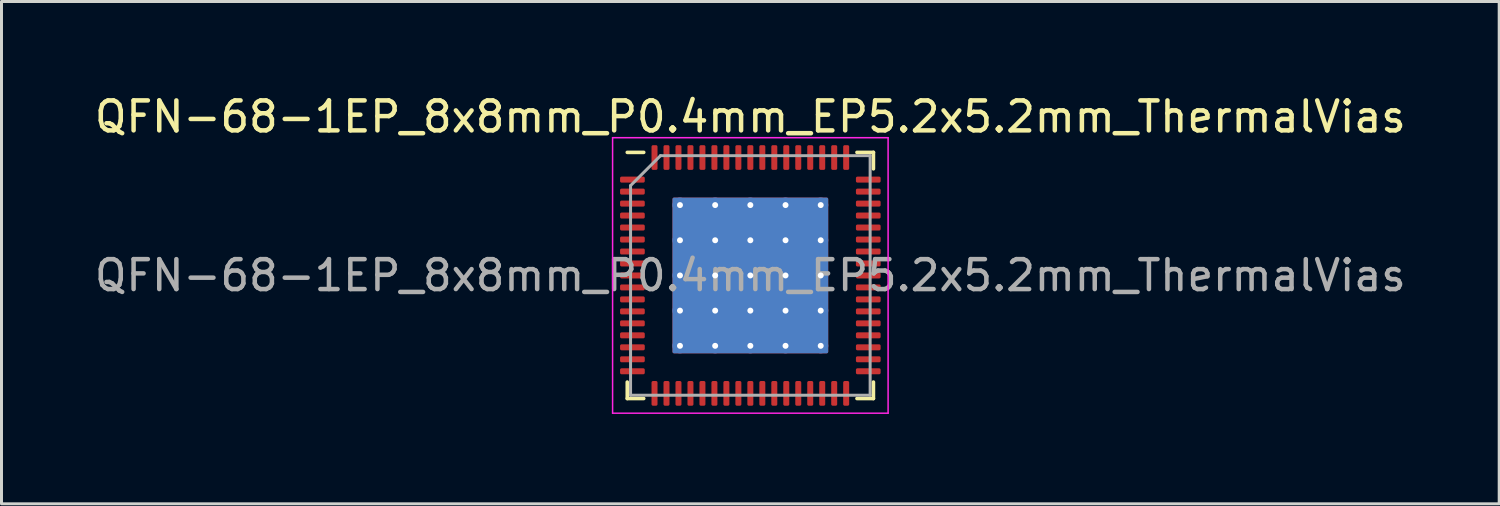
<source format=kicad_pcb>
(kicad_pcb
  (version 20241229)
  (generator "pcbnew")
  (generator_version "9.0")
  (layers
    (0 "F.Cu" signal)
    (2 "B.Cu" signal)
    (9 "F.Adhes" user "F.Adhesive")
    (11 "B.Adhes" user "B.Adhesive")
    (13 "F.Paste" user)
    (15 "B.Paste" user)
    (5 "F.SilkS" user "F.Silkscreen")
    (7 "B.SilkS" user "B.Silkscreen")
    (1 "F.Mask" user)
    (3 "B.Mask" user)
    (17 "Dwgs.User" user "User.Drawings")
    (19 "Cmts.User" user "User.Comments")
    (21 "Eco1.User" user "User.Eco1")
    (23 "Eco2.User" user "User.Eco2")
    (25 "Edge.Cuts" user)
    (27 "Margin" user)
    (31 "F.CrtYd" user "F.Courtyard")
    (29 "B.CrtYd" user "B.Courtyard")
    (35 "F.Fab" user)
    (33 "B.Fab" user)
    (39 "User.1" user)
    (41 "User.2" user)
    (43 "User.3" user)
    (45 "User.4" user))
  (footprint "QFN-68-1EP_8x8mm_P0.4mm_EP5.2x5.2mm_ThermalVias"
    (layer "F.Cu")
    (at 22.006 6.148)
    (property "Reference" "QFN-68-1EP_8x8mm_P0.4mm_EP5.2x5.2mm_ThermalVias" (at 0 -5.3 0) (layer "F.SilkS") (effects (font (size 1 1) (thickness 0.15))))
    (attr smd)
    (fp_line (start -4.11 4.11) (end -4.11 3.56) (stroke (width 0.12) (type solid)) (layer "F.SilkS"))
    (fp_line (start -3.56 -4.11) (end -4.11 -4.11) (stroke (width 0.12) (type solid)) (layer "F.SilkS"))
    (fp_line (start -3.56 4.11) (end -4.11 4.11) (stroke (width 0.12) (type solid)) (layer "F.SilkS"))
    (fp_line (start 3.56 -4.11) (end 4.11 -4.11) (stroke (width 0.12) (type solid)) (layer "F.SilkS"))
    (fp_line (start 3.56 4.11) (end 4.11 4.11) (stroke (width 0.12) (type solid)) (layer "F.SilkS"))
    (fp_line (start 4.11 -4.11) (end 4.11 -3.56) (stroke (width 0.12) (type solid)) (layer "F.SilkS"))
    (fp_line (start 4.11 4.11) (end 4.11 3.56) (stroke (width 0.12) (type solid)) (layer "F.SilkS"))
    (fp_line (start -4.6 -4.6) (end -4.6 4.6) (stroke (width 0.05) (type solid)) (layer "F.CrtYd"))
    (fp_line (start -4.6 4.6) (end 4.6 4.6) (stroke (width 0.05) (type solid)) (layer "F.CrtYd"))
    (fp_line (start 4.6 -4.6) (end -4.6 -4.6) (stroke (width 0.05) (type solid)) (layer "F.CrtYd"))
    (fp_line (start 4.6 4.6) (end 4.6 -4.6) (stroke (width 0.05) (type solid)) (layer "F.CrtYd"))
    (fp_line (start -4 -3) (end -3 -4) (stroke (width 0.1) (type solid)) (layer "F.Fab"))
    (fp_line (start -4 4) (end -4 -3) (stroke (width 0.1) (type solid)) (layer "F.Fab"))
    (fp_line (start -3 -4) (end 4 -4) (stroke (width 0.1) (type solid)) (layer "F.Fab"))
    (fp_line (start 4 -4) (end 4 4) (stroke (width 0.1) (type solid)) (layer "F.Fab"))
    (fp_line (start 4 4) (end -4 4) (stroke (width 0.1) (type solid)) (layer "F.Fab"))
    (fp_text user "${REFERENCE}" (at 0 0 0) (layer "F.Fab") (effects (font (size 1 1) (thickness 0.15))))
    (pad "" smd roundrect (at -1.762 -1.762) (size 1.007 1.007) (layers "F.Paste") (roundrect_rratio 0.248))
    (pad "" smd roundrect (at -1.762 -0.588) (size 1.007 1.007) (layers "F.Paste") (roundrect_rratio 0.248))
    (pad "" smd roundrect (at -1.762 0.588) (size 1.007 1.007) (layers "F.Paste") (roundrect_rratio 0.248))
    (pad "" smd roundrect (at -1.762 1.762) (size 1.007 1.007) (layers "F.Paste") (roundrect_rratio 0.248))
    (pad "" smd roundrect (at -0.588 -1.762) (size 1.007 1.007) (layers "F.Paste") (roundrect_rratio 0.248))
    (pad "" smd roundrect (at -0.588 -0.588) (size 1.007 1.007) (layers "F.Paste") (roundrect_rratio 0.248))
    (pad "" smd roundrect (at -0.588 0.588) (size 1.007 1.007) (layers "F.Paste") (roundrect_rratio 0.248))
    (pad "" smd roundrect (at -0.588 1.762) (size 1.007 1.007) (layers "F.Paste") (roundrect_rratio 0.248))
    (pad "" smd roundrect (at 0.588 -1.762) (size 1.007 1.007) (layers "F.Paste") (roundrect_rratio 0.248))
    (pad "" smd roundrect (at 0.588 -0.588) (size 1.007 1.007) (layers "F.Paste") (roundrect_rratio 0.248))
    (pad "" smd roundrect (at 0.588 0.588) (size 1.007 1.007) (layers "F.Paste") (roundrect_rratio 0.248))
    (pad "" smd roundrect (at 0.588 1.762) (size 1.007 1.007) (layers "F.Paste") (roundrect_rratio 0.248))
    (pad "" smd roundrect (at 1.762 -1.762) (size 1.007 1.007) (layers "F.Paste") (roundrect_rratio 0.248))
    (pad "" smd roundrect (at 1.762 -0.588) (size 1.007 1.007) (layers "F.Paste") (roundrect_rratio 0.248))
    (pad "" smd roundrect (at 1.762 0.588) (size 1.007 1.007) (layers "F.Paste") (roundrect_rratio 0.248))
    (pad "" smd roundrect (at 1.762 1.762) (size 1.007 1.007) (layers "F.Paste") (roundrect_rratio 0.248))
    (pad "1" smd roundrect (at -3.938 -3.2) (size 0.825 0.2) (layers "F.Cu" "F.Mask" "F.Paste") (roundrect_rratio 0.25))
    (pad "2" smd roundrect (at -3.938 -2.8) (size 0.825 0.2) (layers "F.Cu" "F.Mask" "F.Paste") (roundrect_rratio 0.25))
    (pad "3" smd roundrect (at -3.938 -2.4) (size 0.825 0.2) (layers "F.Cu" "F.Mask" "F.Paste") (roundrect_rratio 0.25))
    (pad "4" smd roundrect (at -3.938 -2) (size 0.825 0.2) (layers "F.Cu" "F.Mask" "F.Paste") (roundrect_rratio 0.25))
    (pad "5" smd roundrect (at -3.938 -1.6) (size 0.825 0.2) (layers "F.Cu" "F.Mask" "F.Paste") (roundrect_rratio 0.25))
    (pad "6" smd roundrect (at -3.938 -1.2) (size 0.825 0.2) (layers "F.Cu" "F.Mask" "F.Paste") (roundrect_rratio 0.25))
    (pad "7" smd roundrect (at -3.938 -0.8) (size 0.825 0.2) (layers "F.Cu" "F.Mask" "F.Paste") (roundrect_rratio 0.25))
    (pad "8" smd roundrect (at -3.938 -0.4) (size 0.825 0.2) (layers "F.Cu" "F.Mask" "F.Paste") (roundrect_rratio 0.25))
    (pad "9" smd roundrect (at -3.938 0) (size 0.825 0.2) (layers "F.Cu" "F.Mask" "F.Paste") (roundrect_rratio 0.25))
    (pad "10" smd roundrect (at -3.938 0.4) (size 0.825 0.2) (layers "F.Cu" "F.Mask" "F.Paste") (roundrect_rratio 0.25))
    (pad "11" smd roundrect (at -3.938 0.8) (size 0.825 0.2) (layers "F.Cu" "F.Mask" "F.Paste") (roundrect_rratio 0.25))
    (pad "12" smd roundrect (at -3.938 1.2) (size 0.825 0.2) (layers "F.Cu" "F.Mask" "F.Paste") (roundrect_rratio 0.25))
    (pad "13" smd roundrect (at -3.938 1.6) (size 0.825 0.2) (layers "F.Cu" "F.Mask" "F.Paste") (roundrect_rratio 0.25))
    (pad "14" smd roundrect (at -3.938 2) (size 0.825 0.2) (layers "F.Cu" "F.Mask" "F.Paste") (roundrect_rratio 0.25))
    (pad "15" smd roundrect (at -3.938 2.4) (size 0.825 0.2) (layers "F.Cu" "F.Mask" "F.Paste") (roundrect_rratio 0.25))
    (pad "16" smd roundrect (at -3.938 2.8) (size 0.825 0.2) (layers "F.Cu" "F.Mask" "F.Paste") (roundrect_rratio 0.25))
    (pad "17" smd roundrect (at -3.938 3.2) (size 0.825 0.2) (layers "F.Cu" "F.Mask" "F.Paste") (roundrect_rratio 0.25))
    (pad "18" smd roundrect (at -3.2 3.938) (size 0.2 0.825) (layers "F.Cu" "F.Mask" "F.Paste") (roundrect_rratio 0.25))
    (pad "19" smd roundrect (at -2.8 3.938) (size 0.2 0.825) (layers "F.Cu" "F.Mask" "F.Paste") (roundrect_rratio 0.25))
    (pad "20" smd roundrect (at -2.4 3.938) (size 0.2 0.825) (layers "F.Cu" "F.Mask" "F.Paste") (roundrect_rratio 0.25))
    (pad "21" smd roundrect (at -2 3.938) (size 0.2 0.825) (layers "F.Cu" "F.Mask" "F.Paste") (roundrect_rratio 0.25))
    (pad "22" smd roundrect (at -1.6 3.938) (size 0.2 0.825) (layers "F.Cu" "F.Mask" "F.Paste") (roundrect_rratio 0.25))
    (pad "23" smd roundrect (at -1.2 3.938) (size 0.2 0.825) (layers "F.Cu" "F.Mask" "F.Paste") (roundrect_rratio 0.25))
    (pad "24" smd roundrect (at -0.8 3.938) (size 0.2 0.825) (layers "F.Cu" "F.Mask" "F.Paste") (roundrect_rratio 0.25))
    (pad "25" smd roundrect (at -0.4 3.938) (size 0.2 0.825) (layers "F.Cu" "F.Mask" "F.Paste") (roundrect_rratio 0.25))
    (pad "26" smd roundrect (at 0 3.938) (size 0.2 0.825) (layers "F.Cu" "F.Mask" "F.Paste") (roundrect_rratio 0.25))
    (pad "27" smd roundrect (at 0.4 3.938) (size 0.2 0.825) (layers "F.Cu" "F.Mask" "F.Paste") (roundrect_rratio 0.25))
    (pad "28" smd roundrect (at 0.8 3.938) (size 0.2 0.825) (layers "F.Cu" "F.Mask" "F.Paste") (roundrect_rratio 0.25))
    (pad "29" smd roundrect (at 1.2 3.938) (size 0.2 0.825) (layers "F.Cu" "F.Mask" "F.Paste") (roundrect_rratio 0.25))
    (pad "30" smd roundrect (at 1.6 3.938) (size 0.2 0.825) (layers "F.Cu" "F.Mask" "F.Paste") (roundrect_rratio 0.25))
    (pad "31" smd roundrect (at 2 3.938) (size 0.2 0.825) (layers "F.Cu" "F.Mask" "F.Paste") (roundrect_rratio 0.25))
    (pad "32" smd roundrect (at 2.4 3.938) (size 0.2 0.825) (layers "F.Cu" "F.Mask" "F.Paste") (roundrect_rratio 0.25))
    (pad "33" smd roundrect (at 2.8 3.938) (size 0.2 0.825) (layers "F.Cu" "F.Mask" "F.Paste") (roundrect_rratio 0.25))
    (pad "34" smd roundrect (at 3.2 3.938) (size 0.2 0.825) (layers "F.Cu" "F.Mask" "F.Paste") (roundrect_rratio 0.25))
    (pad "35" smd roundrect (at 3.938 3.2) (size 0.825 0.2) (layers "F.Cu" "F.Mask" "F.Paste") (roundrect_rratio 0.25))
    (pad "36" smd roundrect (at 3.938 2.8) (size 0.825 0.2) (layers "F.Cu" "F.Mask" "F.Paste") (roundrect_rratio 0.25))
    (pad "37" smd roundrect (at 3.938 2.4) (size 0.825 0.2) (layers "F.Cu" "F.Mask" "F.Paste") (roundrect_rratio 0.25))
    (pad "38" smd roundrect (at 3.938 2) (size 0.825 0.2) (layers "F.Cu" "F.Mask" "F.Paste") (roundrect_rratio 0.25))
    (pad "39" smd roundrect (at 3.938 1.6) (size 0.825 0.2) (layers "F.Cu" "F.Mask" "F.Paste") (roundrect_rratio 0.25))
    (pad "40" smd roundrect (at 3.938 1.2) (size 0.825 0.2) (layers "F.Cu" "F.Mask" "F.Paste") (roundrect_rratio 0.25))
    (pad "41" smd roundrect (at 3.938 0.8) (size 0.825 0.2) (layers "F.Cu" "F.Mask" "F.Paste") (roundrect_rratio 0.25))
    (pad "42" smd roundrect (at 3.938 0.4) (size 0.825 0.2) (layers "F.Cu" "F.Mask" "F.Paste") (roundrect_rratio 0.25))
    (pad "43" smd roundrect (at 3.938 0) (size 0.825 0.2) (layers "F.Cu" "F.Mask" "F.Paste") (roundrect_rratio 0.25))
    (pad "44" smd roundrect (at 3.938 -0.4) (size 0.825 0.2) (layers "F.Cu" "F.Mask" "F.Paste") (roundrect_rratio 0.25))
    (pad "45" smd roundrect (at 3.938 -0.8) (size 0.825 0.2) (layers "F.Cu" "F.Mask" "F.Paste") (roundrect_rratio 0.25))
    (pad "46" smd roundrect (at 3.938 -1.2) (size 0.825 0.2) (layers "F.Cu" "F.Mask" "F.Paste") (roundrect_rratio 0.25))
    (pad "47" smd roundrect (at 3.938 -1.6) (size 0.825 0.2) (layers "F.Cu" "F.Mask" "F.Paste") (roundrect_rratio 0.25))
    (pad "48" smd roundrect (at 3.938 -2) (size 0.825 0.2) (layers "F.Cu" "F.Mask" "F.Paste") (roundrect_rratio 0.25))
    (pad "49" smd roundrect (at 3.938 -2.4) (size 0.825 0.2) (layers "F.Cu" "F.Mask" "F.Paste") (roundrect_rratio 0.25))
    (pad "50" smd roundrect (at 3.938 -2.8) (size 0.825 0.2) (layers "F.Cu" "F.Mask" "F.Paste") (roundrect_rratio 0.25))
    (pad "51" smd roundrect (at 3.938 -3.2) (size 0.825 0.2) (layers "F.Cu" "F.Mask" "F.Paste") (roundrect_rratio 0.25))
    (pad "52" smd roundrect (at 3.2 -3.938) (size 0.2 0.825) (layers "F.Cu" "F.Mask" "F.Paste") (roundrect_rratio 0.25))
    (pad "53" smd roundrect (at 2.8 -3.938) (size 0.2 0.825) (layers "F.Cu" "F.Mask" "F.Paste") (roundrect_rratio 0.25))
    (pad "54" smd roundrect (at 2.4 -3.938) (size 0.2 0.825) (layers "F.Cu" "F.Mask" "F.Paste") (roundrect_rratio 0.25))
    (pad "55" smd roundrect (at 2 -3.938) (size 0.2 0.825) (layers "F.Cu" "F.Mask" "F.Paste") (roundrect_rratio 0.25))
    (pad "56" smd roundrect (at 1.6 -3.938) (size 0.2 0.825) (layers "F.Cu" "F.Mask" "F.Paste") (roundrect_rratio 0.25))
    (pad "57" smd roundrect (at 1.2 -3.938) (size 0.2 0.825) (layers "F.Cu" "F.Mask" "F.Paste") (roundrect_rratio 0.25))
    (pad "58" smd roundrect (at 0.8 -3.938) (size 0.2 0.825) (layers "F.Cu" "F.Mask" "F.Paste") (roundrect_rratio 0.25))
    (pad "59" smd roundrect (at 0.4 -3.938) (size 0.2 0.825) (layers "F.Cu" "F.Mask" "F.Paste") (roundrect_rratio 0.25))
    (pad "60" smd roundrect (at 0 -3.938) (size 0.2 0.825) (layers "F.Cu" "F.Mask" "F.Paste") (roundrect_rratio 0.25))
    (pad "61" smd roundrect (at -0.4 -3.938) (size 0.2 0.825) (layers "F.Cu" "F.Mask" "F.Paste") (roundrect_rratio 0.25))
    (pad "62" smd roundrect (at -0.8 -3.938) (size 0.2 0.825) (layers "F.Cu" "F.Mask" "F.Paste") (roundrect_rratio 0.25))
    (pad "63" smd roundrect (at -1.2 -3.938) (size 0.2 0.825) (layers "F.Cu" "F.Mask" "F.Paste") (roundrect_rratio 0.25))
    (pad "64" smd roundrect (at -1.6 -3.938) (size 0.2 0.825) (layers "F.Cu" "F.Mask" "F.Paste") (roundrect_rratio 0.25))
    (pad "65" smd roundrect (at -2 -3.938) (size 0.2 0.825) (layers "F.Cu" "F.Mask" "F.Paste") (roundrect_rratio 0.25))
    (pad "66" smd roundrect (at -2.4 -3.938) (size 0.2 0.825) (layers "F.Cu" "F.Mask" "F.Paste") (roundrect_rratio 0.25))
    (pad "67" smd roundrect (at -2.8 -3.938) (size 0.2 0.825) (layers "F.Cu" "F.Mask" "F.Paste") (roundrect_rratio 0.25))
    (pad "68" smd roundrect (at -3.2 -3.938) (size 0.2 0.825) (layers "F.Cu" "F.Mask" "F.Paste") (roundrect_rratio 0.25))
    (pad "69" thru_hole circle (at -2.35 -2.35) (size 0.5 0.5) (drill 0.2) (layers "*.Cu"))
    (pad "69" thru_hole circle (at -2.35 -1.175) (size 0.5 0.5) (drill 0.2) (layers "*.Cu"))
    (pad "69" thru_hole circle (at -2.35 0) (size 0.5 0.5) (drill 0.2) (layers "*.Cu"))
    (pad "69" thru_hole circle (at -2.35 1.175) (size 0.5 0.5) (drill 0.2) (layers "*.Cu"))
    (pad "69" thru_hole circle (at -2.35 2.35) (size 0.5 0.5) (drill 0.2) (layers "*.Cu"))
    (pad "69" thru_hole circle (at -1.175 -2.35) (size 0.5 0.5) (drill 0.2) (layers "*.Cu"))
    (pad "69" thru_hole circle (at -1.175 -1.175) (size 0.5 0.5) (drill 0.2) (layers "*.Cu"))
    (pad "69" thru_hole circle (at -1.175 0) (size 0.5 0.5) (drill 0.2) (layers "*.Cu"))
    (pad "69" thru_hole circle (at -1.175 1.175) (size 0.5 0.5) (drill 0.2) (layers "*.Cu"))
    (pad "69" thru_hole circle (at -1.175 2.35) (size 0.5 0.5) (drill 0.2) (layers "*.Cu"))
    (pad "69" thru_hole circle (at 0 -2.35) (size 0.5 0.5) (drill 0.2) (layers "*.Cu"))
    (pad "69" thru_hole circle (at 0 -1.175) (size 0.5 0.5) (drill 0.2) (layers "*.Cu"))
    (pad "69" thru_hole circle (at 0 0) (size 0.5 0.5) (drill 0.2) (layers "*.Cu"))
    (pad "69" smd roundrect (at 0 0) (size 5.2 5.2) (layers "F.Cu" "F.Mask") (roundrect_rratio 0.01))
    (pad "69" smd roundrect (at 0 0) (size 5.2 5.2) (layers "B.Cu") (roundrect_rratio 0.01))
    (pad "69" thru_hole circle (at 0 1.175) (size 0.5 0.5) (drill 0.2) (layers "*.Cu"))
    (pad "69" thru_hole circle (at 0 2.35) (size 0.5 0.5) (drill 0.2) (layers "*.Cu"))
    (pad "69" thru_hole circle (at 1.175 -2.35) (size 0.5 0.5) (drill 0.2) (layers "*.Cu"))
    (pad "69" thru_hole circle (at 1.175 -1.175) (size 0.5 0.5) (drill 0.2) (layers "*.Cu"))
    (pad "69" thru_hole circle (at 1.175 0) (size 0.5 0.5) (drill 0.2) (layers "*.Cu"))
    (pad "69" thru_hole circle (at 1.175 1.175) (size 0.5 0.5) (drill 0.2) (layers "*.Cu"))
    (pad "69" thru_hole circle (at 1.175 2.35) (size 0.5 0.5) (drill 0.2) (layers "*.Cu"))
    (pad "69" thru_hole circle (at 2.35 -2.35) (size 0.5 0.5) (drill 0.2) (layers "*.Cu"))
    (pad "69" thru_hole circle (at 2.35 -1.175) (size 0.5 0.5) (drill 0.2) (layers "*.Cu"))
    (pad "69" thru_hole circle (at 2.35 0) (size 0.5 0.5) (drill 0.2) (layers "*.Cu"))
    (pad "69" thru_hole circle (at 2.35 1.175) (size 0.5 0.5) (drill 0.2) (layers "*.Cu"))
    (pad "69" thru_hole circle (at 2.35 2.35) (size 0.5 0.5) (drill 0.2) (layers "*.Cu")))
  (gr_rect
    (start -3 -3)
    (end 47.012 13.773)
    (stroke (width 0.1) (type default))
    (fill no)
    (layer "Edge.Cuts")))
</source>
